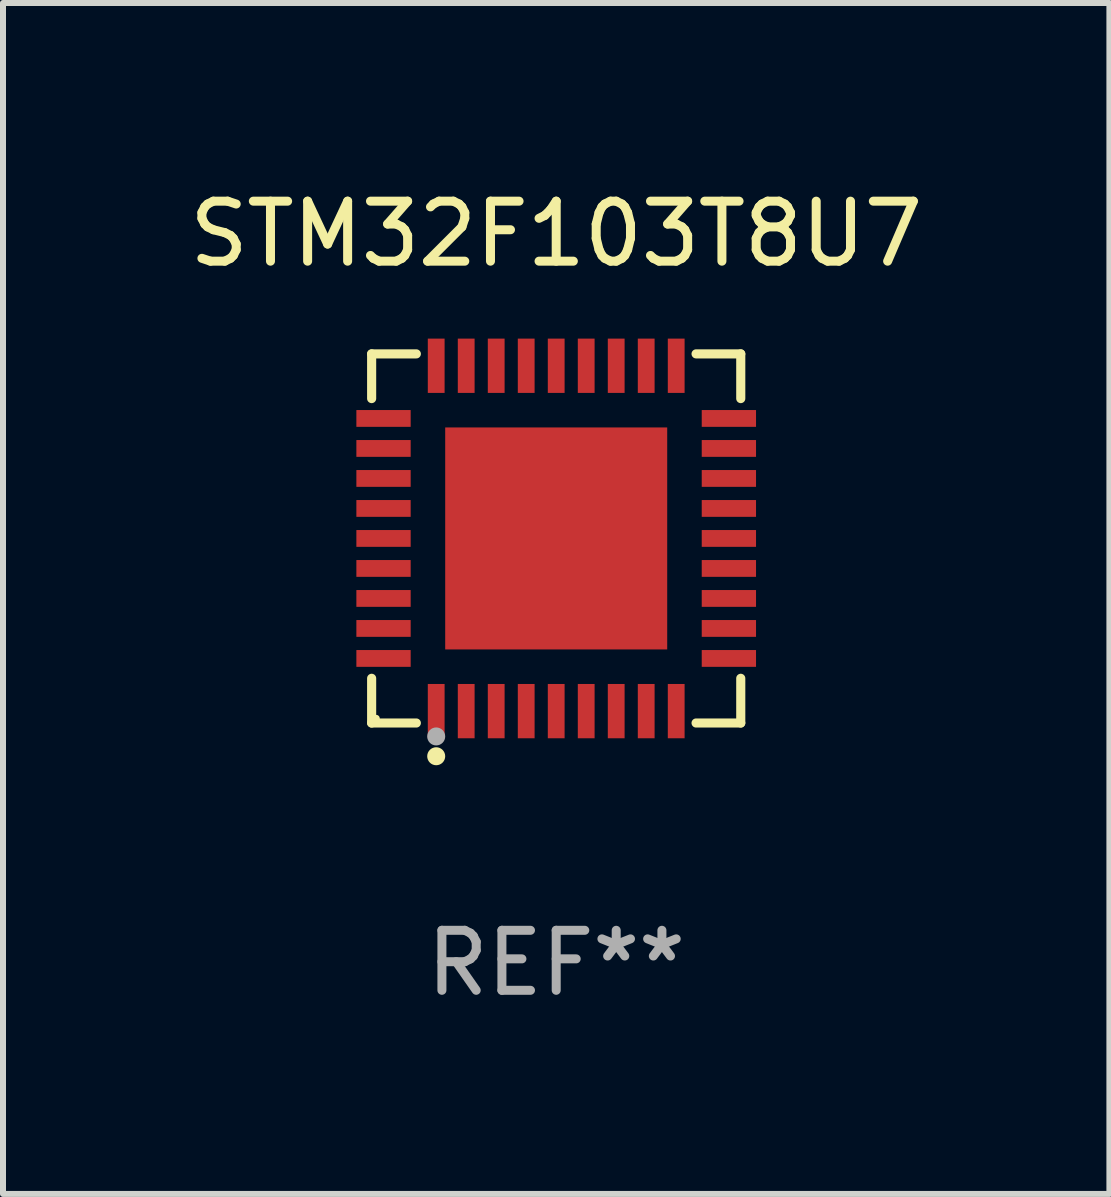
<source format=kicad_pcb>
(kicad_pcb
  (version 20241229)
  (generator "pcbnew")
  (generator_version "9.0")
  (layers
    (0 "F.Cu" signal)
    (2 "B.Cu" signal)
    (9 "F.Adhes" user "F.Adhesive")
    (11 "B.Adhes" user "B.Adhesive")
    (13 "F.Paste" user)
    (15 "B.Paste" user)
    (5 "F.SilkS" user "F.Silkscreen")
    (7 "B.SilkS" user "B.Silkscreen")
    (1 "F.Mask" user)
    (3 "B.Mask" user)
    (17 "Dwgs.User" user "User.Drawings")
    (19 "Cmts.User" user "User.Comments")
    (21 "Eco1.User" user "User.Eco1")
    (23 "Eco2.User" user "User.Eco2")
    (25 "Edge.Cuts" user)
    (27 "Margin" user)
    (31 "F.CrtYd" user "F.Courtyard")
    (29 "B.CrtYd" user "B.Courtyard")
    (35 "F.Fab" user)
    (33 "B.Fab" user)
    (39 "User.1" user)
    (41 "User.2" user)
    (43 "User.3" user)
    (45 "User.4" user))
  (footprint "STM32F103T8U7"
    (layer "F.Cu")
    (at 6.22 5.924)
    (property "Reference" "STM32F103T8U7" (at 0 -5.076 0) (layer "F.SilkS") (effects (font (size 1 1) (thickness 0.15))))
    (attr through_hole)
    (fp_line (start -3.076 -3.076) (end -2.331 -3.076) (stroke (width 0.152) (type solid)) (layer "F.SilkS"))
    (fp_line (start -3.076 -2.331) (end -3.076 -3.076) (stroke (width 0.152) (type solid)) (layer "F.SilkS"))
    (fp_line (start -3.076 2.331) (end -3.076 3.076) (stroke (width 0.152) (type solid)) (layer "F.SilkS"))
    (fp_line (start -3.076 3.076) (end -2.331 3.076) (stroke (width 0.152) (type solid)) (layer "F.SilkS"))
    (fp_line (start 3.076 -3.076) (end 2.331 -3.076) (stroke (width 0.152) (type solid)) (layer "F.SilkS"))
    (fp_line (start 3.076 -2.331) (end 3.076 -3.076) (stroke (width 0.152) (type solid)) (layer "F.SilkS"))
    (fp_line (start 3.076 2.331) (end 3.076 3.076) (stroke (width 0.152) (type solid)) (layer "F.SilkS"))
    (fp_line (start 3.076 3.076) (end 2.331 3.076) (stroke (width 0.152) (type solid)) (layer "F.SilkS"))
    (fp_circle (center -3 3) (end -2.97 3) (stroke (width 0.06) (type solid)) (fill no) (layer "F.SilkS"))
    (fp_circle (center -2 3.63) (end -1.925 3.63) (stroke (width 0.15) (type solid)) (fill no) (layer "F.SilkS"))
    (fp_circle (center -2 3.3) (end -1.925 3.3) (stroke (width 0.15) (type solid)) (fill no) (layer "F.Fab"))
    (fp_text user "REF**" (at 0 7.076 0) (layer "F.Fab") (effects (font (size 1 1) (thickness 0.15))))
    (pad "1" smd rect (at -2 2.878) (size 0.28 0.905) (layers "F.Cu" "F.Mask" "F.Paste"))
    (pad "2" smd rect (at -1.5 2.878) (size 0.28 0.905) (layers "F.Cu" "F.Mask" "F.Paste"))
    (pad "3" smd rect (at -1 2.878) (size 0.28 0.905) (layers "F.Cu" "F.Mask" "F.Paste"))
    (pad "4" smd rect (at -0.5 2.878) (size 0.28 0.905) (layers "F.Cu" "F.Mask" "F.Paste"))
    (pad "5" smd rect (at 0 2.878) (size 0.28 0.905) (layers "F.Cu" "F.Mask" "F.Paste"))
    (pad "6" smd rect (at 0.5 2.878) (size 0.28 0.905) (layers "F.Cu" "F.Mask" "F.Paste"))
    (pad "7" smd rect (at 1 2.878) (size 0.28 0.905) (layers "F.Cu" "F.Mask" "F.Paste"))
    (pad "8" smd rect (at 1.5 2.878) (size 0.28 0.905) (layers "F.Cu" "F.Mask" "F.Paste"))
    (pad "9" smd rect (at 2 2.878) (size 0.28 0.905) (layers "F.Cu" "F.Mask" "F.Paste"))
    (pad "10" smd rect (at 2.878 2) (size 0.905 0.28) (layers "F.Cu" "F.Mask" "F.Paste"))
    (pad "11" smd rect (at 2.878 1.5) (size 0.905 0.28) (layers "F.Cu" "F.Mask" "F.Paste"))
    (pad "12" smd rect (at 2.878 1) (size 0.905 0.28) (layers "F.Cu" "F.Mask" "F.Paste"))
    (pad "13" smd rect (at 2.878 0.5) (size 0.905 0.28) (layers "F.Cu" "F.Mask" "F.Paste"))
    (pad "14" smd rect (at 2.878 0) (size 0.905 0.28) (layers "F.Cu" "F.Mask" "F.Paste"))
    (pad "15" smd rect (at 2.878 -0.5) (size 0.905 0.28) (layers "F.Cu" "F.Mask" "F.Paste"))
    (pad "16" smd rect (at 2.878 -1) (size 0.905 0.28) (layers "F.Cu" "F.Mask" "F.Paste"))
    (pad "17" smd rect (at 2.878 -1.5) (size 0.905 0.28) (layers "F.Cu" "F.Mask" "F.Paste"))
    (pad "18" smd rect (at 2.878 -2) (size 0.905 0.28) (layers "F.Cu" "F.Mask" "F.Paste"))
    (pad "19" smd rect (at 2 -2.878) (size 0.28 0.905) (layers "F.Cu" "F.Mask" "F.Paste"))
    (pad "20" smd rect (at 1.5 -2.878) (size 0.28 0.905) (layers "F.Cu" "F.Mask" "F.Paste"))
    (pad "21" smd rect (at 1 -2.878) (size 0.28 0.905) (layers "F.Cu" "F.Mask" "F.Paste"))
    (pad "22" smd rect (at 0.5 -2.878) (size 0.28 0.905) (layers "F.Cu" "F.Mask" "F.Paste"))
    (pad "23" smd rect (at 0 -2.878) (size 0.28 0.905) (layers "F.Cu" "F.Mask" "F.Paste"))
    (pad "24" smd rect (at -0.5 -2.878) (size 0.28 0.905) (layers "F.Cu" "F.Mask" "F.Paste"))
    (pad "25" smd rect (at -1 -2.878) (size 0.28 0.905) (layers "F.Cu" "F.Mask" "F.Paste"))
    (pad "26" smd rect (at -1.5 -2.878) (size 0.28 0.905) (layers "F.Cu" "F.Mask" "F.Paste"))
    (pad "27" smd rect (at -2 -2.878) (size 0.28 0.905) (layers "F.Cu" "F.Mask" "F.Paste"))
    (pad "28" smd rect (at -2.878 -2) (size 0.905 0.28) (layers "F.Cu" "F.Mask" "F.Paste"))
    (pad "29" smd rect (at -2.878 -1.5) (size 0.905 0.28) (layers "F.Cu" "F.Mask" "F.Paste"))
    (pad "30" smd rect (at -2.878 -1) (size 0.905 0.28) (layers "F.Cu" "F.Mask" "F.Paste"))
    (pad "31" smd rect (at -2.878 -0.5) (size 0.905 0.28) (layers "F.Cu" "F.Mask" "F.Paste"))
    (pad "32" smd rect (at -2.878 0) (size 0.905 0.28) (layers "F.Cu" "F.Mask" "F.Paste"))
    (pad "33" smd rect (at -2.878 0.5) (size 0.905 0.28) (layers "F.Cu" "F.Mask" "F.Paste"))
    (pad "34" smd rect (at -2.878 1) (size 0.905 0.28) (layers "F.Cu" "F.Mask" "F.Paste"))
    (pad "35" smd rect (at -2.878 1.5) (size 0.905 0.28) (layers "F.Cu" "F.Mask" "F.Paste"))
    (pad "36" smd rect (at -2.878 2) (size 0.905 0.28) (layers "F.Cu" "F.Mask" "F.Paste"))
    (pad "37" smd rect (at 0 0) (size 3.7 3.7) (layers "F.Cu" "F.Mask" "F.Paste")))
  (gr_rect
    (start -3 -3)
    (end 15.44 16.849)
    (stroke (width 0.1) (type default))
    (fill no)
    (layer "Edge.Cuts")))
</source>
